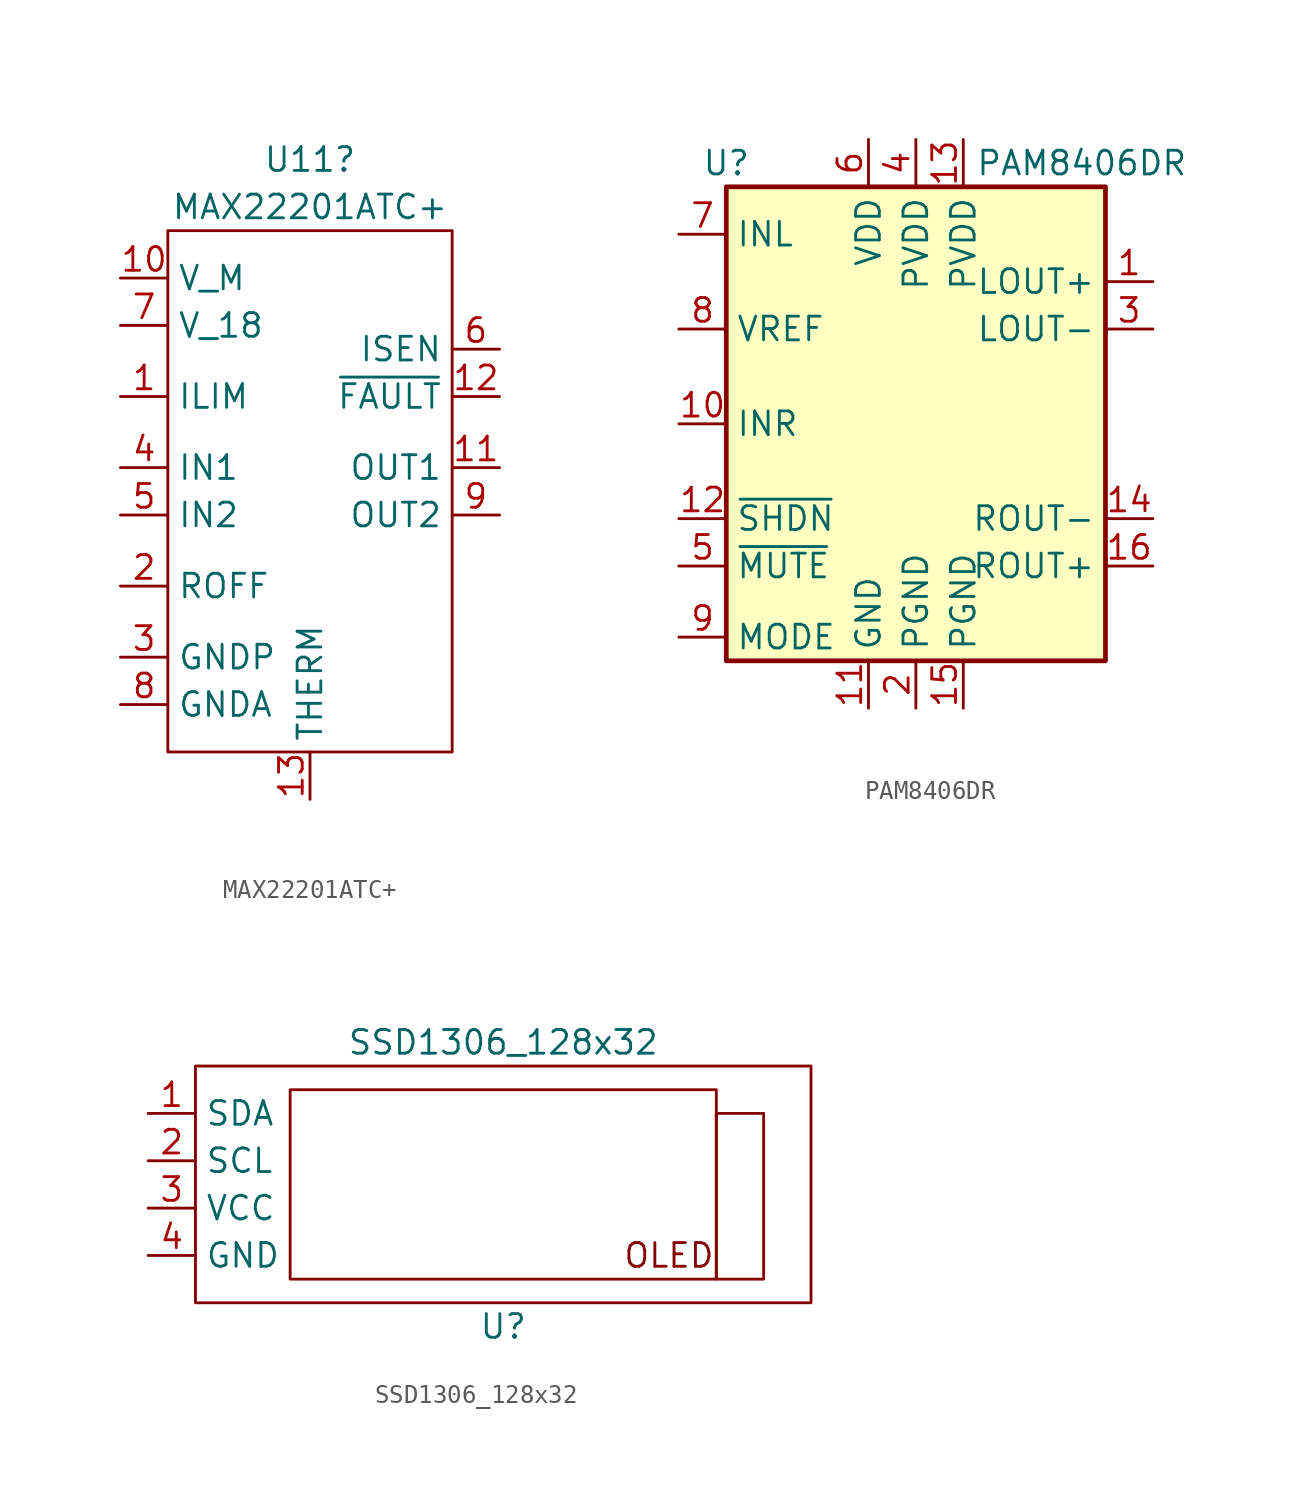
<source format=kicad_sym>
(kicad_symbol_lib
  (version 20211014)
  (generator kicad_symbol_editor)
  (symbol "MAX22201ATC+"
    (property "Reference" "U11"
      (at 2.54 17.78 0)
      (effects (font (size 1.27 1.27))))
    (property "Value" "MAX22201ATC+"
      (at 2.54 15.24 0)
      (effects (font (size 1.27 1.27))))
    (symbol "MAX22201ATC+_0_0"
      (rectangle (start -5.08 13.97) (end 10.16 -13.97) (stroke (width 0) (type default) (color 0 0 0 0)) (fill (type none))))
    (symbol "MAX22201ATC+_1_1"
      (pin input line (at -7.62 5.08 0) (length 2.54) (name "ILIM" (effects (font (size 1.27 1.27)))) (number "1" (effects (font (size 1.27 1.27)))))
      (pin power_in line (at -7.62 11.43 0) (length 2.54) (name "V_M" (effects (font (size 1.27 1.27)))) (number "10" (effects (font (size 1.27 1.27)))))
      (pin power_out line (at 12.7 1.27 180) (length 2.54) (name "OUT1" (effects (font (size 1.27 1.27)))) (number "11" (effects (font (size 1.27 1.27)))))
      (pin output line (at 12.7 5.08 180) (length 2.54) (name "~{FAULT}" (effects (font (size 1.27 1.27)))) (number "12" (effects (font (size 1.27 1.27)))))
      (pin passive line (at 2.54 -16.51 90) (length 2.54) (name "THERM" (effects (font (size 1.27 1.27)))) (number "13" (effects (font (size 1.27 1.27)))))
      (pin input line (at -7.62 -5.08 0) (length 2.54) (name "ROFF" (effects (font (size 1.27 1.27)))) (number "2" (effects (font (size 1.27 1.27)))))
      (pin power_in line (at -7.62 -8.89 0) (length 2.54) (name "GNDP" (effects (font (size 1.27 1.27)))) (number "3" (effects (font (size 1.27 1.27)))))
      (pin input line (at -7.62 1.27 0) (length 2.54) (name "IN1" (effects (font (size 1.27 1.27)))) (number "4" (effects (font (size 1.27 1.27)))))
      (pin input line (at -7.62 -1.27 0) (length 2.54) (name "IN2" (effects (font (size 1.27 1.27)))) (number "5" (effects (font (size 1.27 1.27)))))
      (pin output line (at 12.7 7.62 180) (length 2.54) (name "ISEN" (effects (font (size 1.27 1.27)))) (number "6" (effects (font (size 1.27 1.27)))))
      (pin power_in line (at -7.62 8.89 0) (length 2.54) (name "V_18" (effects (font (size 1.27 1.27)))) (number "7" (effects (font (size 1.27 1.27)))))
      (pin power_in line (at -7.62 -11.43 0) (length 2.54) (name "GNDA" (effects (font (size 1.27 1.27)))) (number "8" (effects (font (size 1.27 1.27)))))
      (pin power_out line (at 12.7 -1.27 180) (length 2.54) (name "OUT2" (effects (font (size 1.27 1.27)))) (number "9" (effects (font (size 1.27 1.27)))))))
  (symbol "PAM8406DR"
    (property "Reference" "U"
      (at -10.16 13.97 0)
      (effects (font (size 1.27 1.27))))
    (property "Value" "PAM8406DR"
      (at 8.89 13.97 0)
      (effects (font (size 1.27 1.27))))
    (symbol "PAM8406DR_0_1"
      (rectangle (start -10.16 12.7) (end 10.16 -12.7) (stroke (width 0.254) (type default) (color 0 0 0 0)) (fill (type background))))
    (symbol "PAM8406DR_1_1"
      (pin output line (at 12.7 7.62 180) (length 2.54) (name "LOUT+" (effects (font (size 1.27 1.27)))) (number "1" (effects (font (size 1.27 1.27)))))
      (pin input line (at -12.7 0 0) (length 2.54) (name "INR" (effects (font (size 1.27 1.27)))) (number "10" (effects (font (size 1.27 1.27)))))
      (pin power_in line (at -2.54 -15.24 90) (length 2.54) (name "GND" (effects (font (size 1.27 1.27)))) (number "11" (effects (font (size 1.27 1.27)))))
      (pin input line (at -12.7 -5.08 0) (length 2.54) (name "~{SHDN}" (effects (font (size 1.27 1.27)))) (number "12" (effects (font (size 1.27 1.27)))))
      (pin passive line (at 2.54 15.24 270) (length 2.54) (name "PVDD" (effects (font (size 1.27 1.27)))) (number "13" (effects (font (size 1.27 1.27)))))
      (pin output line (at 12.7 -5.08 180) (length 2.54) (name "ROUT-" (effects (font (size 1.27 1.27)))) (number "14" (effects (font (size 1.27 1.27)))))
      (pin passive line (at 2.54 -15.24 90) (length 2.54) (name "PGND" (effects (font (size 1.27 1.27)))) (number "15" (effects (font (size 1.27 1.27)))))
      (pin output line (at 12.7 -7.62 180) (length 2.54) (name "ROUT+" (effects (font (size 1.27 1.27)))) (number "16" (effects (font (size 1.27 1.27)))))
      (pin power_in line (at 0 -15.24 90) (length 2.54) (name "PGND" (effects (font (size 1.27 1.27)))) (number "2" (effects (font (size 1.27 1.27)))))
      (pin output line (at 12.7 5.08 180) (length 2.54) (name "LOUT-" (effects (font (size 1.27 1.27)))) (number "3" (effects (font (size 1.27 1.27)))))
      (pin power_in line (at 0 15.24 270) (length 2.54) (name "PVDD" (effects (font (size 1.27 1.27)))) (number "4" (effects (font (size 1.27 1.27)))))
      (pin input line (at -12.7 -7.62 0) (length 2.54) (name "~{MUTE}" (effects (font (size 1.27 1.27)))) (number "5" (effects (font (size 1.27 1.27)))))
      (pin power_in line (at -2.54 15.24 270) (length 2.54) (name "VDD" (effects (font (size 1.27 1.27)))) (number "6" (effects (font (size 1.27 1.27)))))
      (pin input line (at -12.7 10.16 0) (length 2.54) (name "INL" (effects (font (size 1.27 1.27)))) (number "7" (effects (font (size 1.27 1.27)))))
      (pin input line (at -12.7 5.08 0) (length 2.54) (name "VREF" (effects (font (size 1.27 1.27)))) (number "8" (effects (font (size 1.27 1.27)))))
      (pin input line (at -12.7 -11.43 0) (length 2.54) (name "MODE" (effects (font (size 1.27 1.27)))) (number "9" (effects (font (size 1.27 1.27)))))))
  (symbol "SSD1306_128x32"
    (property "Reference" "U"
      (at 0 -7.62 0)
      (effects (font (size 1.27 1.27))))
    (property "Value" "SSD1306_128x32"
      (at 0 7.62 0)
      (effects (font (size 1.27 1.27))))
    (symbol "SSD1306_128x32_0_0"
      (text "OLED" (at 8.89 -3.81 0) (effects (font (size 1.27 1.27)))))
    (symbol "SSD1306_128x32_0_1"
      (rectangle (start -16.51 6.35) (end 16.51 -6.35) (stroke (width 0) (type default) (color 0 0 0 0)) (fill (type none)))
      (rectangle (start -11.43 5.08) (end 11.43 -5.08) (stroke (width 0) (type default) (color 0 0 0 0)) (fill (type none)))
      (rectangle (start 13.97 3.81) (end 11.43 -5.08) (stroke (width 0) (type default) (color 0 0 0 0)) (fill (type none))))
    (symbol "SSD1306_128x32_1_1"
      (pin input line (at -19.05 3.81 0) (length 2.54) (name "SDA" (effects (font (size 1.27 1.27)))) (number "1" (effects (font (size 1.27 1.27)))))
      (pin input line (at -19.05 1.27 0) (length 2.54) (name "SCL" (effects (font (size 1.27 1.27)))) (number "2" (effects (font (size 1.27 1.27)))))
      (pin power_in line (at -19.05 -1.27 0) (length 2.54) (name "VCC" (effects (font (size 1.27 1.27)))) (number "3" (effects (font (size 1.27 1.27)))))
      (pin power_in line (at -19.05 -3.81 0) (length 2.54) (name "GND" (effects (font (size 1.27 1.27)))) (number "4" (effects (font (size 1.27 1.27))))))))
</source>
